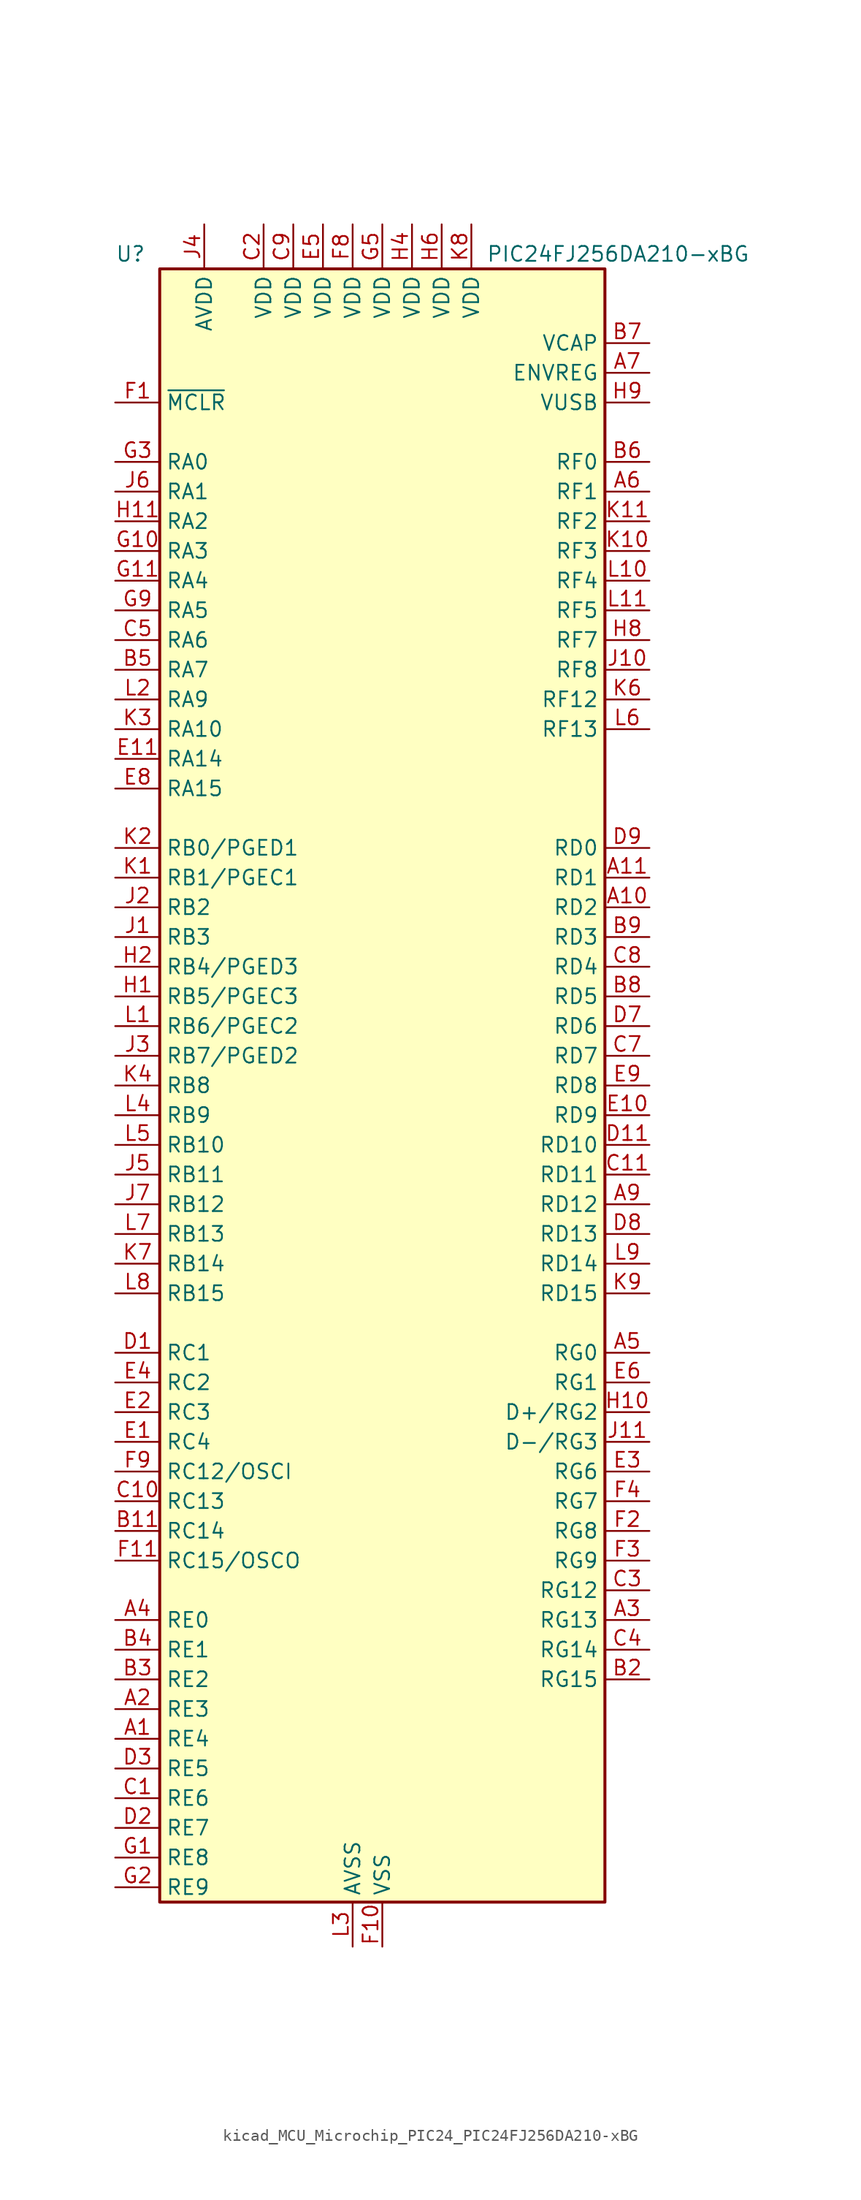
<source format=kicad_sym>
(kicad_symbol_lib
  (version 20220914)
  (generator kicad_symbol_editor)
  (symbol "kicad_MCU_Microchip_PIC24_PIC24FJ256DA210-xBG"
    (property "Reference" "U"
      (at -22.86 71.12 0)
      (effects (font (size 1.27 1.27)) (justify left)))
    (property "Value" "PIC24FJ256DA210-xBG"
      (at 8.89 71.12 0)
      (effects (font (size 1.27 1.27)) (justify left)))
    (symbol "kicad_MCU_Microchip_PIC24_PIC24FJ256DA210-xBG_1_1"
      (rectangle (start -19.05 69.85) (end 19.05 -69.85) (stroke (width 0.254) (type default)) (fill (type background)))
      (pin bidirectional line (at -22.86 -55.88 0) (length 3.81) (name "RE4" (effects (font (size 1.27 1.27)))) (number "A1" (effects (font (size 1.27 1.27)))))
      (pin bidirectional line (at 22.86 15.24 180) (length 3.81) (name "RD2" (effects (font (size 1.27 1.27)))) (number "A10" (effects (font (size 1.27 1.27)))))
      (pin bidirectional line (at 22.86 17.78 180) (length 3.81) (name "RD1" (effects (font (size 1.27 1.27)))) (number "A11" (effects (font (size 1.27 1.27)))))
      (pin bidirectional line (at -22.86 -53.34 0) (length 3.81) (name "RE3" (effects (font (size 1.27 1.27)))) (number "A2" (effects (font (size 1.27 1.27)))))
      (pin bidirectional line (at 22.86 -45.72 180) (length 3.81) (name "RG13" (effects (font (size 1.27 1.27)))) (number "A3" (effects (font (size 1.27 1.27)))))
      (pin bidirectional line (at -22.86 -45.72 0) (length 3.81) (name "RE0" (effects (font (size 1.27 1.27)))) (number "A4" (effects (font (size 1.27 1.27)))))
      (pin bidirectional line (at 22.86 -22.86 180) (length 3.81) (name "RG0" (effects (font (size 1.27 1.27)))) (number "A5" (effects (font (size 1.27 1.27)))))
      (pin bidirectional line (at 22.86 50.8 180) (length 3.81) (name "RF1" (effects (font (size 1.27 1.27)))) (number "A6" (effects (font (size 1.27 1.27)))))
      (pin input line (at 22.86 60.96 180) (length 3.81) (name "ENVREG" (effects (font (size 1.27 1.27)))) (number "A7" (effects (font (size 1.27 1.27)))))
      (pin no_connect line (at 2.54 -25.4 180) (length 3.81) hide (name "N/C" (effects (font (size 1.27 1.27)))) (number "A8" (effects (font (size 1.27 1.27)))))
      (pin bidirectional line (at 22.86 -10.16 180) (length 3.81) (name "RD12" (effects (font (size 1.27 1.27)))) (number "A9" (effects (font (size 1.27 1.27)))))
      (pin no_connect line (at 2.54 -27.94 180) (length 3.81) hide (name "N/C" (effects (font (size 1.27 1.27)))) (number "B1" (effects (font (size 1.27 1.27)))))
      (pin passive line (at 0 -73.66 90) (length 3.81) hide (name "VSS" (effects (font (size 1.27 1.27)))) (number "B10" (effects (font (size 1.27 1.27)))))
      (pin bidirectional line (at -22.86 -38.1 0) (length 3.81) (name "RC14" (effects (font (size 1.27 1.27)))) (number "B11" (effects (font (size 1.27 1.27)))))
      (pin bidirectional line (at 22.86 -50.8 180) (length 3.81) (name "RG15" (effects (font (size 1.27 1.27)))) (number "B2" (effects (font (size 1.27 1.27)))))
      (pin bidirectional line (at -22.86 -50.8 0) (length 3.81) (name "RE2" (effects (font (size 1.27 1.27)))) (number "B3" (effects (font (size 1.27 1.27)))))
      (pin bidirectional line (at -22.86 -48.26 0) (length 3.81) (name "RE1" (effects (font (size 1.27 1.27)))) (number "B4" (effects (font (size 1.27 1.27)))))
      (pin bidirectional line (at -22.86 35.56 0) (length 3.81) (name "RA7" (effects (font (size 1.27 1.27)))) (number "B5" (effects (font (size 1.27 1.27)))))
      (pin bidirectional line (at 22.86 53.34 180) (length 3.81) (name "RF0" (effects (font (size 1.27 1.27)))) (number "B6" (effects (font (size 1.27 1.27)))))
      (pin passive line (at 22.86 63.5 180) (length 3.81) (name "VCAP" (effects (font (size 1.27 1.27)))) (number "B7" (effects (font (size 1.27 1.27)))))
      (pin bidirectional line (at 22.86 7.62 180) (length 3.81) (name "RD5" (effects (font (size 1.27 1.27)))) (number "B8" (effects (font (size 1.27 1.27)))))
      (pin bidirectional line (at 22.86 12.7 180) (length 3.81) (name "RD3" (effects (font (size 1.27 1.27)))) (number "B9" (effects (font (size 1.27 1.27)))))
      (pin bidirectional line (at -22.86 -60.96 0) (length 3.81) (name "RE6" (effects (font (size 1.27 1.27)))) (number "C1" (effects (font (size 1.27 1.27)))))
      (pin bidirectional line (at -22.86 -35.56 0) (length 3.81) (name "RC13" (effects (font (size 1.27 1.27)))) (number "C10" (effects (font (size 1.27 1.27)))))
      (pin bidirectional line (at 22.86 -7.62 180) (length 3.81) (name "RD11" (effects (font (size 1.27 1.27)))) (number "C11" (effects (font (size 1.27 1.27)))))
      (pin power_in line (at -10.16 73.66 270) (length 3.81) (name "VDD" (effects (font (size 1.27 1.27)))) (number "C2" (effects (font (size 1.27 1.27)))))
      (pin bidirectional line (at 22.86 -43.18 180) (length 3.81) (name "RG12" (effects (font (size 1.27 1.27)))) (number "C3" (effects (font (size 1.27 1.27)))))
      (pin bidirectional line (at 22.86 -48.26 180) (length 3.81) (name "RG14" (effects (font (size 1.27 1.27)))) (number "C4" (effects (font (size 1.27 1.27)))))
      (pin bidirectional line (at -22.86 38.1 0) (length 3.81) (name "RA6" (effects (font (size 1.27 1.27)))) (number "C5" (effects (font (size 1.27 1.27)))))
      (pin no_connect line (at 2.54 -30.48 180) (length 3.81) hide (name "N/C" (effects (font (size 1.27 1.27)))) (number "C6" (effects (font (size 1.27 1.27)))))
      (pin bidirectional line (at 22.86 2.54 180) (length 3.81) (name "RD7" (effects (font (size 1.27 1.27)))) (number "C7" (effects (font (size 1.27 1.27)))))
      (pin bidirectional line (at 22.86 10.16 180) (length 3.81) (name "RD4" (effects (font (size 1.27 1.27)))) (number "C8" (effects (font (size 1.27 1.27)))))
      (pin power_in line (at -7.62 73.66 270) (length 3.81) (name "VDD" (effects (font (size 1.27 1.27)))) (number "C9" (effects (font (size 1.27 1.27)))))
      (pin bidirectional line (at -22.86 -22.86 0) (length 3.81) (name "RC1" (effects (font (size 1.27 1.27)))) (number "D1" (effects (font (size 1.27 1.27)))))
      (pin no_connect line (at 2.54 -35.56 180) (length 3.81) hide (name "N/C" (effects (font (size 1.27 1.27)))) (number "D10" (effects (font (size 1.27 1.27)))))
      (pin bidirectional line (at 22.86 -5.08 180) (length 3.81) (name "RD10" (effects (font (size 1.27 1.27)))) (number "D11" (effects (font (size 1.27 1.27)))))
      (pin bidirectional line (at -22.86 -63.5 0) (length 3.81) (name "RE7" (effects (font (size 1.27 1.27)))) (number "D2" (effects (font (size 1.27 1.27)))))
      (pin bidirectional line (at -22.86 -58.42 0) (length 3.81) (name "RE5" (effects (font (size 1.27 1.27)))) (number "D3" (effects (font (size 1.27 1.27)))))
      (pin passive line (at 0 -73.66 90) (length 3.81) hide (name "VSS" (effects (font (size 1.27 1.27)))) (number "D4" (effects (font (size 1.27 1.27)))))
      (pin passive line (at 0 -73.66 90) (length 3.81) hide (name "VSS" (effects (font (size 1.27 1.27)))) (number "D5" (effects (font (size 1.27 1.27)))))
      (pin no_connect line (at 2.54 -33.02 180) (length 3.81) hide (name "N/C" (effects (font (size 1.27 1.27)))) (number "D6" (effects (font (size 1.27 1.27)))))
      (pin bidirectional line (at 22.86 5.08 180) (length 3.81) (name "RD6" (effects (font (size 1.27 1.27)))) (number "D7" (effects (font (size 1.27 1.27)))))
      (pin bidirectional line (at 22.86 -12.7 180) (length 3.81) (name "RD13" (effects (font (size 1.27 1.27)))) (number "D8" (effects (font (size 1.27 1.27)))))
      (pin bidirectional line (at 22.86 20.32 180) (length 3.81) (name "RD0" (effects (font (size 1.27 1.27)))) (number "D9" (effects (font (size 1.27 1.27)))))
      (pin bidirectional line (at -22.86 -30.48 0) (length 3.81) (name "RC4" (effects (font (size 1.27 1.27)))) (number "E1" (effects (font (size 1.27 1.27)))))
      (pin bidirectional line (at 22.86 -2.54 180) (length 3.81) (name "RD9" (effects (font (size 1.27 1.27)))) (number "E10" (effects (font (size 1.27 1.27)))))
      (pin bidirectional line (at -22.86 27.94 0) (length 3.81) (name "RA14" (effects (font (size 1.27 1.27)))) (number "E11" (effects (font (size 1.27 1.27)))))
      (pin bidirectional line (at -22.86 -27.94 0) (length 3.81) (name "RC3" (effects (font (size 1.27 1.27)))) (number "E2" (effects (font (size 1.27 1.27)))))
      (pin bidirectional line (at 22.86 -33.02 180) (length 3.81) (name "RG6" (effects (font (size 1.27 1.27)))) (number "E3" (effects (font (size 1.27 1.27)))))
      (pin bidirectional line (at -22.86 -25.4 0) (length 3.81) (name "RC2" (effects (font (size 1.27 1.27)))) (number "E4" (effects (font (size 1.27 1.27)))))
      (pin power_in line (at -5.08 73.66 270) (length 3.81) (name "VDD" (effects (font (size 1.27 1.27)))) (number "E5" (effects (font (size 1.27 1.27)))))
      (pin bidirectional line (at 22.86 -25.4 180) (length 3.81) (name "RG1" (effects (font (size 1.27 1.27)))) (number "E6" (effects (font (size 1.27 1.27)))))
      (pin no_connect line (at 2.54 -38.1 180) (length 3.81) hide (name "N/C" (effects (font (size 1.27 1.27)))) (number "E7" (effects (font (size 1.27 1.27)))))
      (pin bidirectional line (at -22.86 25.4 0) (length 3.81) (name "RA15" (effects (font (size 1.27 1.27)))) (number "E8" (effects (font (size 1.27 1.27)))))
      (pin bidirectional line (at 22.86 0 180) (length 3.81) (name "RD8" (effects (font (size 1.27 1.27)))) (number "E9" (effects (font (size 1.27 1.27)))))
      (pin input line (at -22.86 58.42 0) (length 3.81) (name "~{MCLR}" (effects (font (size 1.27 1.27)))) (number "F1" (effects (font (size 1.27 1.27)))))
      (pin power_in line (at 0 -73.66 90) (length 3.81) (name "VSS" (effects (font (size 1.27 1.27)))) (number "F10" (effects (font (size 1.27 1.27)))))
      (pin bidirectional line (at -22.86 -40.64 0) (length 3.81) (name "RC15/OSCO" (effects (font (size 1.27 1.27)))) (number "F11" (effects (font (size 1.27 1.27)))))
      (pin bidirectional line (at 22.86 -38.1 180) (length 3.81) (name "RG8" (effects (font (size 1.27 1.27)))) (number "F2" (effects (font (size 1.27 1.27)))))
      (pin bidirectional line (at 22.86 -40.64 180) (length 3.81) (name "RG9" (effects (font (size 1.27 1.27)))) (number "F3" (effects (font (size 1.27 1.27)))))
      (pin bidirectional line (at 22.86 -35.56 180) (length 3.81) (name "RG7" (effects (font (size 1.27 1.27)))) (number "F4" (effects (font (size 1.27 1.27)))))
      (pin passive line (at 0 -73.66 90) (length 3.81) hide (name "VSS" (effects (font (size 1.27 1.27)))) (number "F5" (effects (font (size 1.27 1.27)))))
      (pin no_connect line (at 2.54 -40.64 180) (length 3.81) hide (name "N/C" (effects (font (size 1.27 1.27)))) (number "F6" (effects (font (size 1.27 1.27)))))
      (pin no_connect line (at 2.54 -43.18 180) (length 3.81) hide (name "N/C" (effects (font (size 1.27 1.27)))) (number "F7" (effects (font (size 1.27 1.27)))))
      (pin power_in line (at -2.54 73.66 270) (length 3.81) (name "VDD" (effects (font (size 1.27 1.27)))) (number "F8" (effects (font (size 1.27 1.27)))))
      (pin bidirectional line (at -22.86 -33.02 0) (length 3.81) (name "RC12/OSCI" (effects (font (size 1.27 1.27)))) (number "F9" (effects (font (size 1.27 1.27)))))
      (pin bidirectional line (at -22.86 -66.04 0) (length 3.81) (name "RE8" (effects (font (size 1.27 1.27)))) (number "G1" (effects (font (size 1.27 1.27)))))
      (pin bidirectional line (at -22.86 45.72 0) (length 3.81) (name "RA3" (effects (font (size 1.27 1.27)))) (number "G10" (effects (font (size 1.27 1.27)))))
      (pin bidirectional line (at -22.86 43.18 0) (length 3.81) (name "RA4" (effects (font (size 1.27 1.27)))) (number "G11" (effects (font (size 1.27 1.27)))))
      (pin bidirectional line (at -22.86 -68.58 0) (length 3.81) (name "RE9" (effects (font (size 1.27 1.27)))) (number "G2" (effects (font (size 1.27 1.27)))))
      (pin bidirectional line (at -22.86 53.34 0) (length 3.81) (name "RA0" (effects (font (size 1.27 1.27)))) (number "G3" (effects (font (size 1.27 1.27)))))
      (pin no_connect line (at 2.54 -45.72 180) (length 3.81) hide (name "N/C" (effects (font (size 1.27 1.27)))) (number "G4" (effects (font (size 1.27 1.27)))))
      (pin power_in line (at 0 73.66 270) (length 3.81) (name "VDD" (effects (font (size 1.27 1.27)))) (number "G5" (effects (font (size 1.27 1.27)))))
      (pin passive line (at 0 -73.66 90) (length 3.81) hide (name "VSS" (effects (font (size 1.27 1.27)))) (number "G6" (effects (font (size 1.27 1.27)))))
      (pin passive line (at 0 -73.66 90) (length 3.81) hide (name "VSS" (effects (font (size 1.27 1.27)))) (number "G7" (effects (font (size 1.27 1.27)))))
      (pin no_connect line (at 2.54 -48.26 180) (length 3.81) hide (name "N/C" (effects (font (size 1.27 1.27)))) (number "G8" (effects (font (size 1.27 1.27)))))
      (pin bidirectional line (at -22.86 40.64 0) (length 3.81) (name "RA5" (effects (font (size 1.27 1.27)))) (number "G9" (effects (font (size 1.27 1.27)))))
      (pin bidirectional line (at -22.86 7.62 0) (length 3.81) (name "RB5/PGEC3" (effects (font (size 1.27 1.27)))) (number "H1" (effects (font (size 1.27 1.27)))))
      (pin bidirectional line (at 22.86 -27.94 180) (length 3.81) (name "D+/RG2" (effects (font (size 1.27 1.27)))) (number "H10" (effects (font (size 1.27 1.27)))))
      (pin bidirectional line (at -22.86 48.26 0) (length 3.81) (name "RA2" (effects (font (size 1.27 1.27)))) (number "H11" (effects (font (size 1.27 1.27)))))
      (pin bidirectional line (at -22.86 10.16 0) (length 3.81) (name "RB4/PGED3" (effects (font (size 1.27 1.27)))) (number "H2" (effects (font (size 1.27 1.27)))))
      (pin passive line (at 0 -73.66 90) (length 3.81) hide (name "VSS" (effects (font (size 1.27 1.27)))) (number "H3" (effects (font (size 1.27 1.27)))))
      (pin power_in line (at 2.54 73.66 270) (length 3.81) (name "VDD" (effects (font (size 1.27 1.27)))) (number "H4" (effects (font (size 1.27 1.27)))))
      (pin no_connect line (at 2.54 -50.8 180) (length 3.81) hide (name "N/C" (effects (font (size 1.27 1.27)))) (number "H5" (effects (font (size 1.27 1.27)))))
      (pin power_in line (at 5.08 73.66 270) (length 3.81) (name "VDD" (effects (font (size 1.27 1.27)))) (number "H6" (effects (font (size 1.27 1.27)))))
      (pin no_connect line (at 2.54 -53.34 180) (length 3.81) hide (name "N/C" (effects (font (size 1.27 1.27)))) (number "H7" (effects (font (size 1.27 1.27)))))
      (pin bidirectional line (at 22.86 38.1 180) (length 3.81) (name "RF7" (effects (font (size 1.27 1.27)))) (number "H8" (effects (font (size 1.27 1.27)))))
      (pin bidirectional line (at 22.86 58.42 180) (length 3.81) (name "VUSB" (effects (font (size 1.27 1.27)))) (number "H9" (effects (font (size 1.27 1.27)))))
      (pin bidirectional line (at -22.86 12.7 0) (length 3.81) (name "RB3" (effects (font (size 1.27 1.27)))) (number "J1" (effects (font (size 1.27 1.27)))))
      (pin bidirectional line (at 22.86 35.56 180) (length 3.81) (name "RF8" (effects (font (size 1.27 1.27)))) (number "J10" (effects (font (size 1.27 1.27)))))
      (pin bidirectional line (at 22.86 -30.48 180) (length 3.81) (name "D-/RG3" (effects (font (size 1.27 1.27)))) (number "J11" (effects (font (size 1.27 1.27)))))
      (pin bidirectional line (at -22.86 15.24 0) (length 3.81) (name "RB2" (effects (font (size 1.27 1.27)))) (number "J2" (effects (font (size 1.27 1.27)))))
      (pin bidirectional line (at -22.86 2.54 0) (length 3.81) (name "RB7/PGED2" (effects (font (size 1.27 1.27)))) (number "J3" (effects (font (size 1.27 1.27)))))
      (pin power_in line (at -15.24 73.66 270) (length 3.81) (name "AVDD" (effects (font (size 1.27 1.27)))) (number "J4" (effects (font (size 1.27 1.27)))))
      (pin bidirectional line (at -22.86 -7.62 0) (length 3.81) (name "RB11" (effects (font (size 1.27 1.27)))) (number "J5" (effects (font (size 1.27 1.27)))))
      (pin bidirectional line (at -22.86 50.8 0) (length 3.81) (name "RA1" (effects (font (size 1.27 1.27)))) (number "J6" (effects (font (size 1.27 1.27)))))
      (pin bidirectional line (at -22.86 -10.16 0) (length 3.81) (name "RB12" (effects (font (size 1.27 1.27)))) (number "J7" (effects (font (size 1.27 1.27)))))
      (pin no_connect line (at 2.54 -55.88 180) (length 3.81) hide (name "N/C" (effects (font (size 1.27 1.27)))) (number "J8" (effects (font (size 1.27 1.27)))))
      (pin no_connect line (at 2.54 -58.42 180) (length 3.81) hide (name "N/C" (effects (font (size 1.27 1.27)))) (number "J9" (effects (font (size 1.27 1.27)))))
      (pin bidirectional line (at -22.86 17.78 0) (length 3.81) (name "RB1/PGEC1" (effects (font (size 1.27 1.27)))) (number "K1" (effects (font (size 1.27 1.27)))))
      (pin bidirectional line (at 22.86 45.72 180) (length 3.81) (name "RF3" (effects (font (size 1.27 1.27)))) (number "K10" (effects (font (size 1.27 1.27)))))
      (pin bidirectional line (at 22.86 48.26 180) (length 3.81) (name "RF2" (effects (font (size 1.27 1.27)))) (number "K11" (effects (font (size 1.27 1.27)))))
      (pin bidirectional line (at -22.86 20.32 0) (length 3.81) (name "RB0/PGED1" (effects (font (size 1.27 1.27)))) (number "K2" (effects (font (size 1.27 1.27)))))
      (pin bidirectional line (at -22.86 30.48 0) (length 3.81) (name "RA10" (effects (font (size 1.27 1.27)))) (number "K3" (effects (font (size 1.27 1.27)))))
      (pin bidirectional line (at -22.86 0 0) (length 3.81) (name "RB8" (effects (font (size 1.27 1.27)))) (number "K4" (effects (font (size 1.27 1.27)))))
      (pin no_connect line (at 2.54 -60.96 180) (length 3.81) hide (name "N/C" (effects (font (size 1.27 1.27)))) (number "K5" (effects (font (size 1.27 1.27)))))
      (pin bidirectional line (at 22.86 33.02 180) (length 3.81) (name "RF12" (effects (font (size 1.27 1.27)))) (number "K6" (effects (font (size 1.27 1.27)))))
      (pin bidirectional line (at -22.86 -15.24 0) (length 3.81) (name "RB14" (effects (font (size 1.27 1.27)))) (number "K7" (effects (font (size 1.27 1.27)))))
      (pin power_in line (at 7.62 73.66 270) (length 3.81) (name "VDD" (effects (font (size 1.27 1.27)))) (number "K8" (effects (font (size 1.27 1.27)))))
      (pin bidirectional line (at 22.86 -17.78 180) (length 3.81) (name "RD15" (effects (font (size 1.27 1.27)))) (number "K9" (effects (font (size 1.27 1.27)))))
      (pin bidirectional line (at -22.86 5.08 0) (length 3.81) (name "RB6/PGEC2" (effects (font (size 1.27 1.27)))) (number "L1" (effects (font (size 1.27 1.27)))))
      (pin bidirectional line (at 22.86 43.18 180) (length 3.81) (name "RF4" (effects (font (size 1.27 1.27)))) (number "L10" (effects (font (size 1.27 1.27)))))
      (pin bidirectional line (at 22.86 40.64 180) (length 3.81) (name "RF5" (effects (font (size 1.27 1.27)))) (number "L11" (effects (font (size 1.27 1.27)))))
      (pin bidirectional line (at -22.86 33.02 0) (length 3.81) (name "RA9" (effects (font (size 1.27 1.27)))) (number "L2" (effects (font (size 1.27 1.27)))))
      (pin power_in line (at -2.54 -73.66 90) (length 3.81) (name "AVSS" (effects (font (size 1.27 1.27)))) (number "L3" (effects (font (size 1.27 1.27)))))
      (pin bidirectional line (at -22.86 -2.54 0) (length 3.81) (name "RB9" (effects (font (size 1.27 1.27)))) (number "L4" (effects (font (size 1.27 1.27)))))
      (pin bidirectional line (at -22.86 -5.08 0) (length 3.81) (name "RB10" (effects (font (size 1.27 1.27)))) (number "L5" (effects (font (size 1.27 1.27)))))
      (pin bidirectional line (at 22.86 30.48 180) (length 3.81) (name "RF13" (effects (font (size 1.27 1.27)))) (number "L6" (effects (font (size 1.27 1.27)))))
      (pin bidirectional line (at -22.86 -12.7 0) (length 3.81) (name "RB13" (effects (font (size 1.27 1.27)))) (number "L7" (effects (font (size 1.27 1.27)))))
      (pin bidirectional line (at -22.86 -17.78 0) (length 3.81) (name "RB15" (effects (font (size 1.27 1.27)))) (number "L8" (effects (font (size 1.27 1.27)))))
      (pin bidirectional line (at 22.86 -15.24 180) (length 3.81) (name "RD14" (effects (font (size 1.27 1.27)))) (number "L9" (effects (font (size 1.27 1.27))))))))
</source>
